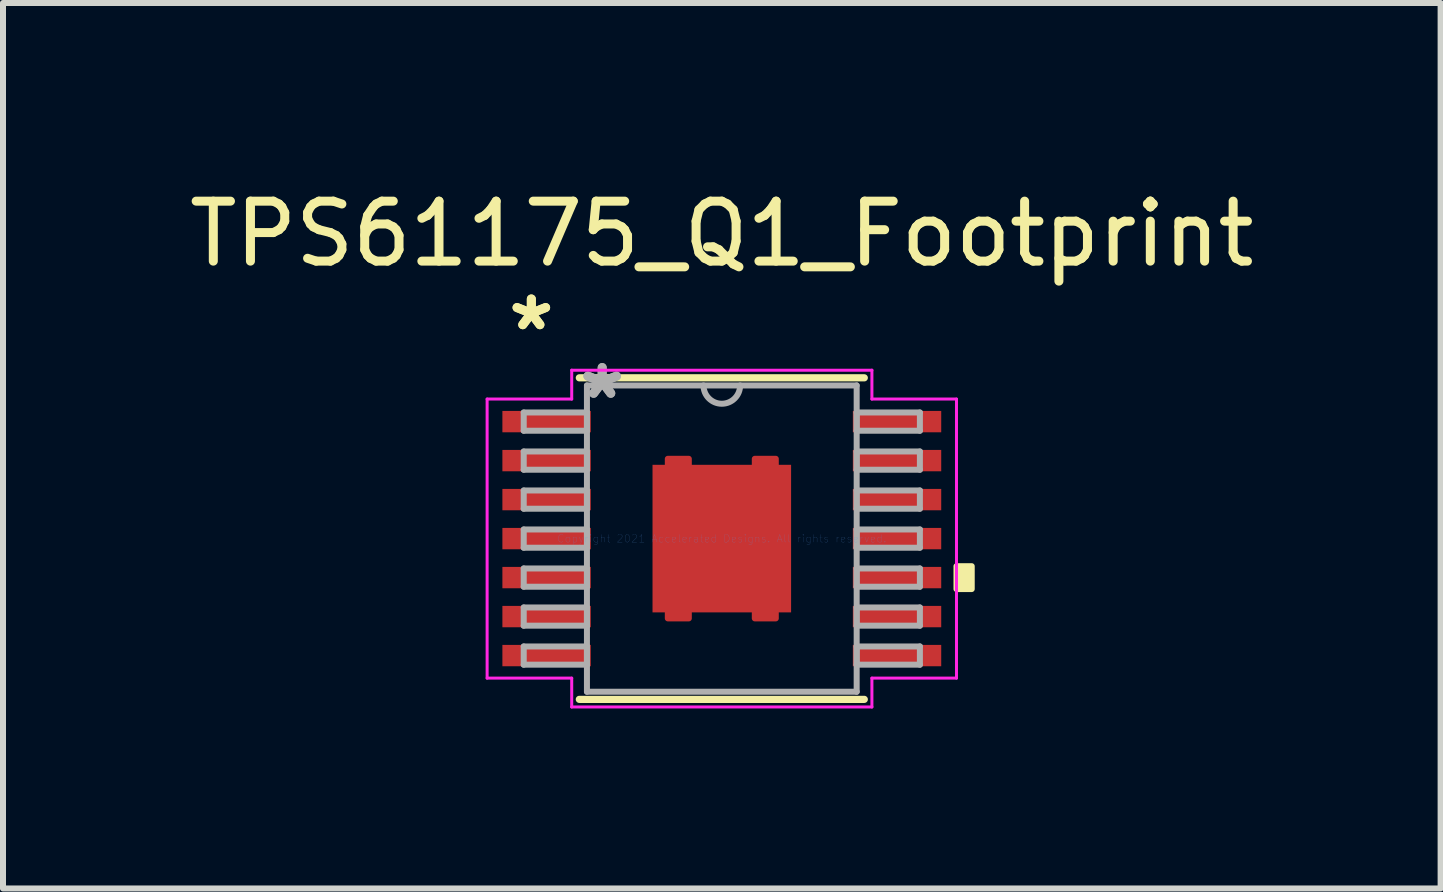
<source format=kicad_pcb>
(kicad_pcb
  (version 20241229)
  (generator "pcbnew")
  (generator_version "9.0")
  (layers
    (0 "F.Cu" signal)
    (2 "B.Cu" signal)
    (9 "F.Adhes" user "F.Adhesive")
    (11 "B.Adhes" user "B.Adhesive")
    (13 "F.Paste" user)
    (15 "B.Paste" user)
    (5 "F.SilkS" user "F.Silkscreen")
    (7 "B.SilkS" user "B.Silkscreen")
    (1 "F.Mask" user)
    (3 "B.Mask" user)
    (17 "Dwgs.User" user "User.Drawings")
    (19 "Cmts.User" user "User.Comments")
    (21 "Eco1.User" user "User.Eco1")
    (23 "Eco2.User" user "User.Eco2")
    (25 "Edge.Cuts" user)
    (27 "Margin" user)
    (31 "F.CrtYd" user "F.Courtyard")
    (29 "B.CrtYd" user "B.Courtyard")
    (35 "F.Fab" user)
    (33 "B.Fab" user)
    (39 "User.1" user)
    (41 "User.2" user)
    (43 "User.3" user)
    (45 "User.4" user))
  (footprint "TPS61175_Q1_Footprint"
    (layer "F.Cu")
    (at 8.982 5.928)
    (property "Reference" "TPS61175_Q1_Footprint" (at 0 -5.08 0) (layer "F.SilkS") (effects (font (size 1 1) (thickness 0.15))))
    (attr through_hole)
    (fp_poly (pts (xy -0.55 -1.23) (xy -0.55 -1.33) (xy -0.9 -1.33) (xy -0.9 -1.23)) (stroke (width 0.1) (type solid)) (fill yes) (layer "F.Cu"))
    (fp_poly (pts (xy -0.55 1.23) (xy -0.55 1.33) (xy -0.9 1.33) (xy -0.9 1.23)) (stroke (width 0.1) (type solid)) (fill yes) (layer "F.Cu"))
    (fp_poly (pts (xy 0.55 -1.23) (xy 0.55 -1.33) (xy 0.9 -1.33) (xy 0.9 -1.23)) (stroke (width 0.1) (type solid)) (fill yes) (layer "F.Cu"))
    (fp_poly (pts (xy 0.55 1.23) (xy 0.55 1.33) (xy 0.9 1.33) (xy 0.9 1.23)) (stroke (width 0.1) (type solid)) (fill yes) (layer "F.Cu"))
    (fp_poly (pts (xy -0.55 -1.23) (xy -0.55 -1.33) (xy -0.9 -1.33) (xy -0.9 -1.23)) (stroke (width 0.1) (type solid)) (fill yes) (layer "F.Mask"))
    (fp_poly (pts (xy -0.55 1.23) (xy -0.55 1.33) (xy -0.9 1.33) (xy -0.9 1.23)) (stroke (width 0.1) (type solid)) (fill yes) (layer "F.Mask"))
    (fp_poly (pts (xy 0.55 -1.23) (xy 0.55 -1.33) (xy 0.9 -1.33) (xy 0.9 -1.23)) (stroke (width 0.1) (type solid)) (fill yes) (layer "F.Mask"))
    (fp_poly (pts (xy 0.55 1.23) (xy 0.55 1.33) (xy 0.9 1.33) (xy 0.9 1.23)) (stroke (width 0.1) (type solid)) (fill yes) (layer "F.Mask"))
    (fp_line (start -2.375 2.68) (end 2.375 2.68) (stroke (width 0.12) (type solid)) (layer "F.SilkS"))
    (fp_line (start 2.375 -2.68) (end -2.375 -2.68) (stroke (width 0.12) (type solid)) (layer "F.SilkS"))
    (fp_poly (pts (xy 4.166 0.46) (xy 4.166 0.841) (xy 3.912 0.841) (xy 3.912 0.46)) (stroke (width 0.1) (type solid)) (fill yes) (layer "F.SilkS"))
    (fp_line (start -3.912 -2.326) (end -2.502 -2.326) (stroke (width 0.05) (type solid)) (layer "F.CrtYd"))
    (fp_line (start -3.912 2.326) (end -3.912 -2.326) (stroke (width 0.05) (type solid)) (layer "F.CrtYd"))
    (fp_line (start -2.502 -2.807) (end 2.502 -2.807) (stroke (width 0.05) (type solid)) (layer "F.CrtYd"))
    (fp_line (start -2.502 -2.326) (end -2.502 -2.807) (stroke (width 0.05) (type solid)) (layer "F.CrtYd"))
    (fp_line (start -2.502 2.326) (end -3.912 2.326) (stroke (width 0.05) (type solid)) (layer "F.CrtYd"))
    (fp_line (start -2.502 2.807) (end -2.502 2.326) (stroke (width 0.05) (type solid)) (layer "F.CrtYd"))
    (fp_line (start 2.502 -2.807) (end 2.502 -2.326) (stroke (width 0.05) (type solid)) (layer "F.CrtYd"))
    (fp_line (start 2.502 -2.326) (end 3.912 -2.326) (stroke (width 0.05) (type solid)) (layer "F.CrtYd"))
    (fp_line (start 2.502 2.326) (end 2.502 2.807) (stroke (width 0.05) (type solid)) (layer "F.CrtYd"))
    (fp_line (start 2.502 2.807) (end -2.502 2.807) (stroke (width 0.05) (type solid)) (layer "F.CrtYd"))
    (fp_line (start 3.912 -2.326) (end 3.912 2.326) (stroke (width 0.05) (type solid)) (layer "F.CrtYd"))
    (fp_line (start 3.912 2.326) (end 2.502 2.326) (stroke (width 0.05) (type solid)) (layer "F.CrtYd"))
    (fp_line (start -3.302 -2.102) (end -3.302 -1.798) (stroke (width 0.1) (type solid)) (layer "F.Fab"))
    (fp_line (start -3.302 -1.798) (end -2.248 -1.798) (stroke (width 0.1) (type solid)) (layer "F.Fab"))
    (fp_line (start -3.302 -1.452) (end -3.302 -1.148) (stroke (width 0.1) (type solid)) (layer "F.Fab"))
    (fp_line (start -3.302 -1.148) (end -2.248 -1.148) (stroke (width 0.1) (type solid)) (layer "F.Fab"))
    (fp_line (start -3.302 -0.802) (end -3.302 -0.498) (stroke (width 0.1) (type solid)) (layer "F.Fab"))
    (fp_line (start -3.302 -0.498) (end -2.248 -0.498) (stroke (width 0.1) (type solid)) (layer "F.Fab"))
    (fp_line (start -3.302 -0.152) (end -3.302 0.152) (stroke (width 0.1) (type solid)) (layer "F.Fab"))
    (fp_line (start -3.302 0.152) (end -2.248 0.152) (stroke (width 0.1) (type solid)) (layer "F.Fab"))
    (fp_line (start -3.302 0.498) (end -3.302 0.802) (stroke (width 0.1) (type solid)) (layer "F.Fab"))
    (fp_line (start -3.302 0.802) (end -2.248 0.802) (stroke (width 0.1) (type solid)) (layer "F.Fab"))
    (fp_line (start -3.302 1.148) (end -3.302 1.452) (stroke (width 0.1) (type solid)) (layer "F.Fab"))
    (fp_line (start -3.302 1.452) (end -2.248 1.452) (stroke (width 0.1) (type solid)) (layer "F.Fab"))
    (fp_line (start -3.302 1.798) (end -3.302 2.102) (stroke (width 0.1) (type solid)) (layer "F.Fab"))
    (fp_line (start -3.302 2.102) (end -2.248 2.102) (stroke (width 0.1) (type solid)) (layer "F.Fab"))
    (fp_line (start -2.248 -2.553) (end -2.248 2.553) (stroke (width 0.1) (type solid)) (layer "F.Fab"))
    (fp_line (start -2.248 -2.102) (end -3.302 -2.102) (stroke (width 0.1) (type solid)) (layer "F.Fab"))
    (fp_line (start -2.248 -1.798) (end -2.248 -2.102) (stroke (width 0.1) (type solid)) (layer "F.Fab"))
    (fp_line (start -2.248 -1.452) (end -3.302 -1.452) (stroke (width 0.1) (type solid)) (layer "F.Fab"))
    (fp_line (start -2.248 -1.148) (end -2.248 -1.452) (stroke (width 0.1) (type solid)) (layer "F.Fab"))
    (fp_line (start -2.248 -0.802) (end -3.302 -0.802) (stroke (width 0.1) (type solid)) (layer "F.Fab"))
    (fp_line (start -2.248 -0.498) (end -2.248 -0.802) (stroke (width 0.1) (type solid)) (layer "F.Fab"))
    (fp_line (start -2.248 -0.152) (end -3.302 -0.152) (stroke (width 0.1) (type solid)) (layer "F.Fab"))
    (fp_line (start -2.248 0.152) (end -2.248 -0.152) (stroke (width 0.1) (type solid)) (layer "F.Fab"))
    (fp_line (start -2.248 0.498) (end -3.302 0.498) (stroke (width 0.1) (type solid)) (layer "F.Fab"))
    (fp_line (start -2.248 0.802) (end -2.248 0.498) (stroke (width 0.1) (type solid)) (layer "F.Fab"))
    (fp_line (start -2.248 1.148) (end -3.302 1.148) (stroke (width 0.1) (type solid)) (layer "F.Fab"))
    (fp_line (start -2.248 1.452) (end -2.248 1.148) (stroke (width 0.1) (type solid)) (layer "F.Fab"))
    (fp_line (start -2.248 1.798) (end -3.302 1.798) (stroke (width 0.1) (type solid)) (layer "F.Fab"))
    (fp_line (start -2.248 2.102) (end -2.248 1.798) (stroke (width 0.1) (type solid)) (layer "F.Fab"))
    (fp_line (start -2.248 2.553) (end 2.248 2.553) (stroke (width 0.1) (type solid)) (layer "F.Fab"))
    (fp_line (start 2.248 -2.553) (end -2.248 -2.553) (stroke (width 0.1) (type solid)) (layer "F.Fab"))
    (fp_line (start 2.248 -2.102) (end 2.248 -1.798) (stroke (width 0.1) (type solid)) (layer "F.Fab"))
    (fp_line (start 2.248 -1.798) (end 3.302 -1.798) (stroke (width 0.1) (type solid)) (layer "F.Fab"))
    (fp_line (start 2.248 -1.452) (end 2.248 -1.148) (stroke (width 0.1) (type solid)) (layer "F.Fab"))
    (fp_line (start 2.248 -1.148) (end 3.302 -1.148) (stroke (width 0.1) (type solid)) (layer "F.Fab"))
    (fp_line (start 2.248 -0.802) (end 2.248 -0.498) (stroke (width 0.1) (type solid)) (layer "F.Fab"))
    (fp_line (start 2.248 -0.498) (end 3.302 -0.498) (stroke (width 0.1) (type solid)) (layer "F.Fab"))
    (fp_line (start 2.248 -0.152) (end 2.248 0.152) (stroke (width 0.1) (type solid)) (layer "F.Fab"))
    (fp_line (start 2.248 0.152) (end 3.302 0.152) (stroke (width 0.1) (type solid)) (layer "F.Fab"))
    (fp_line (start 2.248 0.498) (end 2.248 0.802) (stroke (width 0.1) (type solid)) (layer "F.Fab"))
    (fp_line (start 2.248 0.802) (end 3.302 0.802) (stroke (width 0.1) (type solid)) (layer "F.Fab"))
    (fp_line (start 2.248 1.148) (end 2.248 1.452) (stroke (width 0.1) (type solid)) (layer "F.Fab"))
    (fp_line (start 2.248 1.452) (end 3.302 1.452) (stroke (width 0.1) (type solid)) (layer "F.Fab"))
    (fp_line (start 2.248 1.798) (end 2.248 2.102) (stroke (width 0.1) (type solid)) (layer "F.Fab"))
    (fp_line (start 2.248 2.102) (end 3.302 2.102) (stroke (width 0.1) (type solid)) (layer "F.Fab"))
    (fp_line (start 2.248 2.553) (end 2.248 -2.553) (stroke (width 0.1) (type solid)) (layer "F.Fab"))
    (fp_line (start 3.302 -2.102) (end 2.248 -2.102) (stroke (width 0.1) (type solid)) (layer "F.Fab"))
    (fp_line (start 3.302 -1.798) (end 3.302 -2.102) (stroke (width 0.1) (type solid)) (layer "F.Fab"))
    (fp_line (start 3.302 -1.452) (end 2.248 -1.452) (stroke (width 0.1) (type solid)) (layer "F.Fab"))
    (fp_line (start 3.302 -1.148) (end 3.302 -1.452) (stroke (width 0.1) (type solid)) (layer "F.Fab"))
    (fp_line (start 3.302 -0.802) (end 2.248 -0.802) (stroke (width 0.1) (type solid)) (layer "F.Fab"))
    (fp_line (start 3.302 -0.498) (end 3.302 -0.802) (stroke (width 0.1) (type solid)) (layer "F.Fab"))
    (fp_line (start 3.302 -0.152) (end 2.248 -0.152) (stroke (width 0.1) (type solid)) (layer "F.Fab"))
    (fp_line (start 3.302 0.152) (end 3.302 -0.152) (stroke (width 0.1) (type solid)) (layer "F.Fab"))
    (fp_line (start 3.302 0.498) (end 2.248 0.498) (stroke (width 0.1) (type solid)) (layer "F.Fab"))
    (fp_line (start 3.302 0.802) (end 3.302 0.498) (stroke (width 0.1) (type solid)) (layer "F.Fab"))
    (fp_line (start 3.302 1.148) (end 2.248 1.148) (stroke (width 0.1) (type solid)) (layer "F.Fab"))
    (fp_line (start 3.302 1.452) (end 3.302 1.148) (stroke (width 0.1) (type solid)) (layer "F.Fab"))
    (fp_line (start 3.302 1.798) (end 2.248 1.798) (stroke (width 0.1) (type solid)) (layer "F.Fab"))
    (fp_line (start 3.302 2.102) (end 3.302 1.798) (stroke (width 0.1) (type solid)) (layer "F.Fab"))
    (fp_arc (start 0.3048 -2.5527) (mid 0 -2.2479) (end -0.3048 -2.5527) (stroke (width 0.1) (type solid)) (layer "F.Fab"))
    (fp_text user "*" (at -3.175 -3.449 0) (layer "F.SilkS") (effects (font (size 1 1) (thickness 0.15))))
    (fp_text user "*" (at -3.175 -3.449 0) (layer "F.SilkS") (effects (font (size 1 1) (thickness 0.15))))
    (fp_text user "Copyright 2021 Accelerated Designs. All rights reserved." (at 0 0 0) (layer "Cmts.User") (effects (font (size 0.127 0.127) (thickness 0.002))))
    (fp_text user "*" (at -1.994 -2.306 0) (layer "F.Fab") (effects (font (size 1 1) (thickness 0.15))))
    (fp_text user "*" (at -1.994 -2.306 0) (layer "F.Fab") (effects (font (size 1 1) (thickness 0.15))))
    (pad "15" smd rect (at 0 0) (size 2.31 2.46) (layers "F.Cu" "F.Mask" "F.Paste"))
    (pad "AGND" smd rect (at -2.921 1.95) (size 1.473 0.356) (layers "F.Cu" "F.Mask" "F.Paste"))
    (pad "COMP" smd rect (at 2.921 1.95) (size 1.473 0.356) (layers "F.Cu" "F.Mask" "F.Paste"))
    (pad "EN" smd rect (at -2.921 0) (size 1.473 0.356) (layers "F.Cu" "F.Mask" "F.Paste"))
    (pad "FB" smd rect (at 2.921 1.3) (size 1.473 0.356) (layers "F.Cu" "F.Mask" "F.Paste"))
    (pad "FREQ" smd rect (at 2.921 0.65) (size 1.473 0.356) (layers "F.Cu" "F.Mask" "F.Paste"))
    (pad "NC" smd rect (at 2.921 0) (size 1.473 0.356) (layers "F.Cu" "F.Mask" "F.Paste"))
    (pad "PGND" smd rect (at 2.921 -1.95) (size 1.473 0.356) (layers "F.Cu" "F.Mask" "F.Paste"))
    (pad "PGND" smd rect (at 2.921 -1.3) (size 1.473 0.356) (layers "F.Cu" "F.Mask" "F.Paste"))
    (pad "PGND" smd rect (at 2.921 -0.65) (size 1.473 0.356) (layers "F.Cu" "F.Mask" "F.Paste"))
    (pad "SS" smd rect (at -2.921 0.65) (size 1.473 0.356) (layers "F.Cu" "F.Mask" "F.Paste"))
    (pad "SW" smd rect (at -2.921 -1.95) (size 1.473 0.356) (layers "F.Cu" "F.Mask" "F.Paste"))
    (pad "SW" smd rect (at -2.921 -1.3) (size 1.473 0.356) (layers "F.Cu" "F.Mask" "F.Paste"))
    (pad "SYNC" smd rect (at -2.921 1.3) (size 1.473 0.356) (layers "F.Cu" "F.Mask" "F.Paste"))
    (pad "VIN" smd rect (at -2.921 -0.65) (size 1.473 0.356) (layers "F.Cu" "F.Mask" "F.Paste")))
  (gr_rect
    (start -3 -3)
    (end 20.964 11.76)
    (stroke (width 0.1) (type default))
    (fill no)
    (layer "Edge.Cuts")))
</source>
